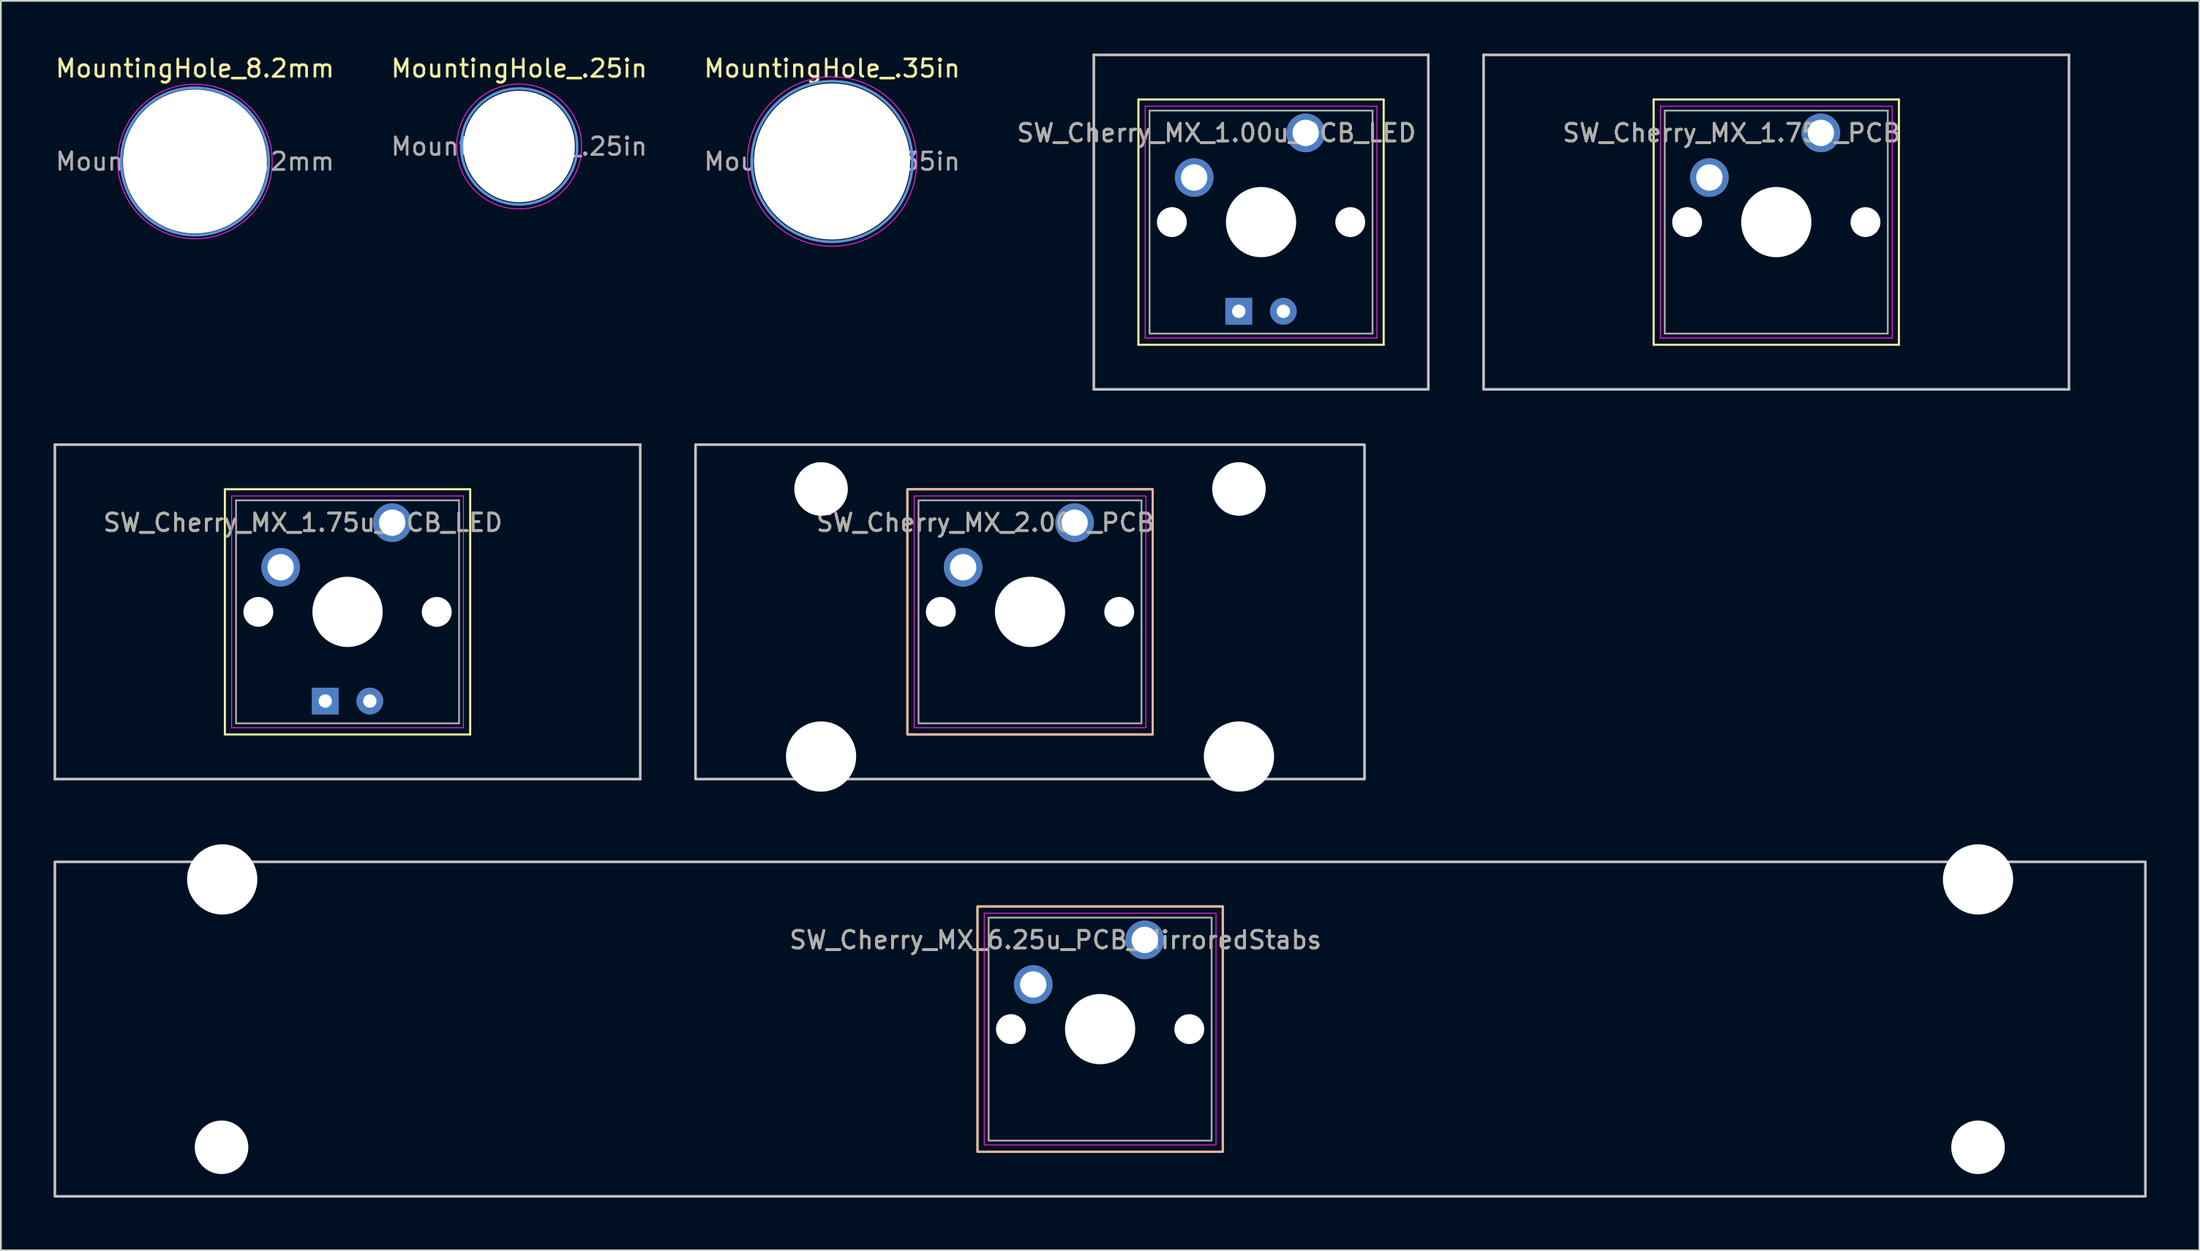
<source format=kicad_pcb>
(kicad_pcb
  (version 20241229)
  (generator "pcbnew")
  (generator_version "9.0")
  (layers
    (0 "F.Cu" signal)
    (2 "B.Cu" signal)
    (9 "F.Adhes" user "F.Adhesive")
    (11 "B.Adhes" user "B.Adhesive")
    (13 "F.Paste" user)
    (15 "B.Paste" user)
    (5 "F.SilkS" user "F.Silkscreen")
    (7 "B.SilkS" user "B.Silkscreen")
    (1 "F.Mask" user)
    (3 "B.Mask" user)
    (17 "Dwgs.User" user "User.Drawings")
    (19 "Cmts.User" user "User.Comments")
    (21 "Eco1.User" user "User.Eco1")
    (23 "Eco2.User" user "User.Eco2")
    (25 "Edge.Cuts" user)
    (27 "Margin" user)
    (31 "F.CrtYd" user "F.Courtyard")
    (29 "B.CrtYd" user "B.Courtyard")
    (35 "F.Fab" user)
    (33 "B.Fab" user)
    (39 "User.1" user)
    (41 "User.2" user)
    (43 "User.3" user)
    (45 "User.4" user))
  (footprint "MountingHole_.25in"
    (layer "F.Cu")
    (at 26.518 5.293)
    (property "Reference" "MountingHole_.25in" (at 0 -4.445 0) (layer "F.SilkS") (effects (font (size 1 1) (thickness 0.15))))
    (attr exclude_from_pos_files exclude_from_bom)
    (fp_circle (center 0 0) (end 3.302 0) (stroke (width 0.15) (type solid)) (fill no) (layer "Cmts.User"))
    (fp_circle (center 0 0) (end 3.556 0) (stroke (width 0.05) (type solid)) (fill no) (layer "F.CrtYd"))
    (fp_text user "${REFERENCE}" (at 0 0 0) (layer "F.Fab") (effects (font (size 1 1) (thickness 0.15))))
    (pad "" np_thru_hole circle (at 0 0) (size 6.35 6.35) (drill 6.35) (layers "*.Cu" "*.Mask")))
  (footprint "MountingHole_8.2mm"
    (layer "F.Cu")
    (at 8.054 6.148)
    (property "Reference" "MountingHole_8.2mm" (at 0 -5.3 0) (layer "F.SilkS") (effects (font (size 1 1) (thickness 0.15))))
    (attr exclude_from_pos_files exclude_from_bom)
    (fp_circle (center 0 0) (end 4.2 0) (stroke (width 0.15) (type solid)) (fill no) (layer "Cmts.User"))
    (fp_circle (center 0 0) (end 4.4 0) (stroke (width 0.05) (type solid)) (fill no) (layer "F.CrtYd"))
    (fp_text user "${REFERENCE}" (at 0 0 0) (layer "F.Fab") (effects (font (size 1 1) (thickness 0.15))))
    (pad "" np_thru_hole circle (at 0 0) (size 8.2 8.2) (drill 8.2) (layers "*.Cu" "*.Mask")))
  (footprint "MountingHole_.35in"
    (layer "F.Cu")
    (at 44.339 6.148)
    (property "Reference" "MountingHole_.35in" (at 0 -5.3 0) (layer "F.SilkS") (effects (font (size 1 1) (thickness 0.15))))
    (attr exclude_from_pos_files exclude_from_bom)
    (fp_circle (center 0 0) (end 4.572 0) (stroke (width 0.15) (type solid)) (fill no) (layer "Cmts.User"))
    (fp_circle (center 0 0) (end 4.826 0) (stroke (width 0.05) (type solid)) (fill no) (layer "F.CrtYd"))
    (fp_text user "${REFERENCE}" (at 0 0 0) (layer "F.Fab") (effects (font (size 1 1) (thickness 0.15))))
    (pad "" np_thru_hole circle (at 0 0) (size 8.89 8.89) (drill 8.89) (layers "*.Cu" "*.Mask")))
  (footprint "SW_Cherry_MX_1.75u_PCB"
    (layer "F.Cu")
    (at 100.656 4.52)
    (property "Reference" "SW_Cherry_MX_1.75u_PCB" (at -5.08 0 0) (layer "F.SilkS") (effects (font (size 1 1) (thickness 0.15))))
    (attr through_hole)
    (fp_line (start -9.525 -1.905) (end 4.445 -1.905) (stroke (width 0.12) (type solid)) (layer "F.SilkS"))
    (fp_line (start -9.525 12.065) (end -9.525 -1.905) (stroke (width 0.12) (type solid)) (layer "F.SilkS"))
    (fp_line (start 4.445 -1.905) (end 4.445 12.065) (stroke (width 0.12) (type solid)) (layer "F.SilkS"))
    (fp_line (start 4.445 12.065) (end -9.525 12.065) (stroke (width 0.12) (type solid)) (layer "F.SilkS"))
    (fp_line (start -19.209 -4.445) (end 14.129 -4.445) (stroke (width 0.15) (type solid)) (layer "Dwgs.User"))
    (fp_line (start -19.209 14.605) (end -19.209 -4.445) (stroke (width 0.15) (type solid)) (layer "Dwgs.User"))
    (fp_line (start 14.129 -4.445) (end 14.129 14.605) (stroke (width 0.15) (type solid)) (layer "Dwgs.User"))
    (fp_line (start 14.129 14.605) (end -19.209 14.605) (stroke (width 0.15) (type solid)) (layer "Dwgs.User"))
    (fp_line (start -9.14 -1.52) (end 4.06 -1.52) (stroke (width 0.05) (type solid)) (layer "F.CrtYd"))
    (fp_line (start -9.14 11.68) (end -9.14 -1.52) (stroke (width 0.05) (type solid)) (layer "F.CrtYd"))
    (fp_line (start 4.06 -1.52) (end 4.06 11.68) (stroke (width 0.05) (type solid)) (layer "F.CrtYd"))
    (fp_line (start 4.06 11.68) (end -9.14 11.68) (stroke (width 0.05) (type solid)) (layer "F.CrtYd"))
    (fp_line (start -8.89 -1.27) (end 3.81 -1.27) (stroke (width 0.1) (type solid)) (layer "F.Fab"))
    (fp_line (start -8.89 11.43) (end -8.89 -1.27) (stroke (width 0.1) (type solid)) (layer "F.Fab"))
    (fp_line (start 3.81 -1.27) (end 3.81 11.43) (stroke (width 0.1) (type solid)) (layer "F.Fab"))
    (fp_line (start 3.81 11.43) (end -8.89 11.43) (stroke (width 0.1) (type solid)) (layer "F.Fab"))
    (fp_text user "${REFERENCE}" (at -5.08 0 0) (layer "F.Fab") (effects (font (size 1 1) (thickness 0.15))))
    (pad "" np_thru_hole circle (at -7.62 5.08) (size 1.7 1.7) (drill 1.7) (layers "*.Cu" "*.Mask"))
    (pad "" np_thru_hole circle (at -2.54 5.08) (size 4 4) (drill 4) (layers "*.Cu" "*.Mask"))
    (pad "" np_thru_hole circle (at 2.54 5.08) (size 1.7 1.7) (drill 1.7) (layers "*.Cu" "*.Mask"))
    (pad "1" thru_hole circle (at 0 0) (size 2.2 2.2) (drill 1.5) (layers "*.Cu" "*.Mask"))
    (pad "2" thru_hole circle (at -6.35 2.54) (size 2.2 2.2) (drill 1.5) (layers "*.Cu" "*.Mask")))
  (footprint "SW_Cherry_MX_1.75u_PCB_LED"
    (layer "F.Cu")
    (at 19.284 26.72)
    (property "Reference" "SW_Cherry_MX_1.75u_PCB_LED" (at -5.08 0 0) (layer "F.SilkS") (effects (font (size 1 1) (thickness 0.15))))
    (attr through_hole)
    (fp_line (start -9.525 -1.905) (end 4.445 -1.905) (stroke (width 0.12) (type solid)) (layer "F.SilkS"))
    (fp_line (start -9.525 12.065) (end -9.525 -1.905) (stroke (width 0.12) (type solid)) (layer "F.SilkS"))
    (fp_line (start 4.445 -1.905) (end 4.445 12.065) (stroke (width 0.12) (type solid)) (layer "F.SilkS"))
    (fp_line (start 4.445 12.065) (end -9.525 12.065) (stroke (width 0.12) (type solid)) (layer "F.SilkS"))
    (fp_line (start -19.209 -4.445) (end 14.129 -4.445) (stroke (width 0.15) (type solid)) (layer "Dwgs.User"))
    (fp_line (start -19.209 14.605) (end -19.209 -4.445) (stroke (width 0.15) (type solid)) (layer "Dwgs.User"))
    (fp_line (start 14.129 -4.445) (end 14.129 14.605) (stroke (width 0.15) (type solid)) (layer "Dwgs.User"))
    (fp_line (start 14.129 14.605) (end -19.209 14.605) (stroke (width 0.15) (type solid)) (layer "Dwgs.User"))
    (fp_line (start -9.14 -1.52) (end 4.06 -1.52) (stroke (width 0.05) (type solid)) (layer "F.CrtYd"))
    (fp_line (start -9.14 11.68) (end -9.14 -1.52) (stroke (width 0.05) (type solid)) (layer "F.CrtYd"))
    (fp_line (start 4.06 -1.52) (end 4.06 11.68) (stroke (width 0.05) (type solid)) (layer "F.CrtYd"))
    (fp_line (start 4.06 11.68) (end -9.14 11.68) (stroke (width 0.05) (type solid)) (layer "F.CrtYd"))
    (fp_line (start -8.89 -1.27) (end 3.81 -1.27) (stroke (width 0.1) (type solid)) (layer "F.Fab"))
    (fp_line (start -8.89 11.43) (end -8.89 -1.27) (stroke (width 0.1) (type solid)) (layer "F.Fab"))
    (fp_line (start 3.81 -1.27) (end 3.81 11.43) (stroke (width 0.1) (type solid)) (layer "F.Fab"))
    (fp_line (start 3.81 11.43) (end -8.89 11.43) (stroke (width 0.1) (type solid)) (layer "F.Fab"))
    (fp_text user "${REFERENCE}" (at -5.08 0 0) (layer "F.Fab") (effects (font (size 1 1) (thickness 0.15))))
    (pad "" np_thru_hole circle (at -7.62 5.08) (size 1.7 1.7) (drill 1.7) (layers "*.Cu" "*.Mask"))
    (pad "" np_thru_hole circle (at -2.54 5.08) (size 4 4) (drill 4) (layers "*.Cu" "*.Mask"))
    (pad "" np_thru_hole circle (at 2.54 5.08) (size 1.7 1.7) (drill 1.7) (layers "*.Cu" "*.Mask"))
    (pad "1" thru_hole circle (at 0 0) (size 2.2 2.2) (drill 1.5) (layers "*.Cu" "*.Mask"))
    (pad "2" thru_hole circle (at -6.35 2.54) (size 2.2 2.2) (drill 1.5) (layers "*.Cu" "*.Mask"))
    (pad "3" thru_hole rect (at -3.81 10.16) (size 1.524 1.524) (drill 0.762) (layers "*.Cu" "*.Mask"))
    (pad "4" thru_hole circle (at -1.27 10.16) (size 1.524 1.524) (drill 0.762) (layers "*.Cu" "*.Mask")))
  (footprint "SW_Cherry_MX_1.00u_PCB_LED"
    (layer "F.Cu")
    (at 71.312 4.52)
    (property "Reference" "SW_Cherry_MX_1.00u_PCB_LED" (at -5.08 0 0) (layer "F.SilkS") (effects (font (size 1 1) (thickness 0.15))))
    (attr through_hole)
    (fp_line (start -9.525 -1.905) (end 4.445 -1.905) (stroke (width 0.12) (type solid)) (layer "F.SilkS"))
    (fp_line (start -9.525 12.065) (end -9.525 -1.905) (stroke (width 0.12) (type solid)) (layer "F.SilkS"))
    (fp_line (start 4.445 -1.905) (end 4.445 12.065) (stroke (width 0.12) (type solid)) (layer "F.SilkS"))
    (fp_line (start 4.445 12.065) (end -9.525 12.065) (stroke (width 0.12) (type solid)) (layer "F.SilkS"))
    (fp_line (start -12.065 -4.445) (end 6.985 -4.445) (stroke (width 0.15) (type solid)) (layer "Dwgs.User"))
    (fp_line (start -12.065 14.605) (end -12.065 -4.445) (stroke (width 0.15) (type solid)) (layer "Dwgs.User"))
    (fp_line (start 6.985 -4.445) (end 6.985 14.605) (stroke (width 0.15) (type solid)) (layer "Dwgs.User"))
    (fp_line (start 6.985 14.605) (end -12.065 14.605) (stroke (width 0.15) (type solid)) (layer "Dwgs.User"))
    (fp_line (start -9.14 -1.52) (end 4.06 -1.52) (stroke (width 0.05) (type solid)) (layer "F.CrtYd"))
    (fp_line (start -9.14 11.68) (end -9.14 -1.52) (stroke (width 0.05) (type solid)) (layer "F.CrtYd"))
    (fp_line (start 4.06 -1.52) (end 4.06 11.68) (stroke (width 0.05) (type solid)) (layer "F.CrtYd"))
    (fp_line (start 4.06 11.68) (end -9.14 11.68) (stroke (width 0.05) (type solid)) (layer "F.CrtYd"))
    (fp_line (start -8.89 -1.27) (end 3.81 -1.27) (stroke (width 0.1) (type solid)) (layer "F.Fab"))
    (fp_line (start -8.89 11.43) (end -8.89 -1.27) (stroke (width 0.1) (type solid)) (layer "F.Fab"))
    (fp_line (start 3.81 -1.27) (end 3.81 11.43) (stroke (width 0.1) (type solid)) (layer "F.Fab"))
    (fp_line (start 3.81 11.43) (end -8.89 11.43) (stroke (width 0.1) (type solid)) (layer "F.Fab"))
    (fp_text user "${REFERENCE}" (at -5.08 0 0) (layer "F.Fab") (effects (font (size 1 1) (thickness 0.15))))
    (pad "" np_thru_hole circle (at -7.62 5.08) (size 1.7 1.7) (drill 1.7) (layers "*.Cu" "*.Mask"))
    (pad "" np_thru_hole circle (at -2.54 5.08) (size 4 4) (drill 4) (layers "*.Cu" "*.Mask"))
    (pad "" np_thru_hole circle (at 2.54 5.08) (size 1.7 1.7) (drill 1.7) (layers "*.Cu" "*.Mask"))
    (pad "1" thru_hole circle (at 0 0) (size 2.2 2.2) (drill 1.5) (layers "*.Cu" "*.Mask"))
    (pad "2" thru_hole circle (at -6.35 2.54) (size 2.2 2.2) (drill 1.5) (layers "*.Cu" "*.Mask"))
    (pad "3" thru_hole rect (at -3.81 10.16) (size 1.524 1.524) (drill 0.762) (layers "*.Cu" "*.Mask"))
    (pad "4" thru_hole circle (at -1.27 10.16) (size 1.524 1.524) (drill 0.762) (layers "*.Cu" "*.Mask")))
  (footprint "SW_Cherry_MX_2.00u_PCB"
    (layer "F.Cu")
    (at 58.153 26.72)
    (property "Reference" "SW_Cherry_MX_2.00u_PCB" (at -5.08 0 0) (layer "F.SilkS") (effects (font (size 1 1) (thickness 0.15))))
    (attr through_hole)
    (fp_rect (start -9.525 -1.905) (end 4.445 12.065) (stroke (width 0.12) (type solid)) (fill no) (layer "F.SilkS"))
    (fp_rect (start -9.525 -1.905) (end 4.445 12.065) (stroke (width 0.12) (type solid)) (fill no) (layer "B.SilkS"))
    (fp_rect (start -21.59 -4.445) (end 16.51 14.605) (stroke (width 0.15) (type solid)) (fill no) (layer "Dwgs.User"))
    (fp_rect (start -9.14 -1.52) (end 4.06 11.68) (stroke (width 0.05) (type solid)) (fill no) (layer "F.CrtYd"))
    (fp_rect (start -8.89 -1.27) (end 3.81 11.43) (stroke (width 0.1) (type solid)) (fill no) (layer "F.Fab"))
    (fp_text user "${REFERENCE}" (at -5.08 0 0) (layer "F.Fab") (effects (font (size 1 1) (thickness 0.15))))
    (pad "" np_thru_hole circle (at -14.44 -1.92) (size 3.05 3.05) (drill 3.05) (layers "*.Cu" "*.Mask"))
    (pad "" np_thru_hole circle (at -14.44 13.32) (size 4 4) (drill 4) (layers "*.Cu" "*.Mask"))
    (pad "" np_thru_hole circle (at -7.62 5.08) (size 1.7 1.7) (drill 1.7) (layers "*.Cu" "*.Mask"))
    (pad "" np_thru_hole circle (at -2.54 5.08) (size 4 4) (drill 4) (layers "*.Cu" "*.Mask"))
    (pad "" np_thru_hole circle (at 2.54 5.08) (size 1.7 1.7) (drill 1.7) (layers "*.Cu" "*.Mask"))
    (pad "" np_thru_hole circle (at 9.36 -1.92) (size 3.05 3.05) (drill 3.05) (layers "*.Cu" "*.Mask"))
    (pad "" np_thru_hole circle (at 9.36 13.32) (size 4 4) (drill 4) (layers "*.Cu" "*.Mask"))
    (pad "1" thru_hole circle (at 0 0) (size 2.2 2.2) (drill 1.5) (layers "*.Cu" "*.Mask"))
    (pad "2" thru_hole circle (at -6.35 2.54) (size 2.2 2.2) (drill 1.5) (layers "*.Cu" "*.Mask")))
  (footprint "SW_Cherry_MX_6.25u_PCB_MirroredStabs"
    (layer "F.Cu")
    (at 62.146 50.485)
    (property "Reference" "SW_Cherry_MX_6.25u_PCB_MirroredStabs" (at -5.08 0 0) (layer "F.SilkS") (effects (font (size 1 1) (thickness 0.15))))
    (attr through_hole)
    (fp_rect (start -9.525 -1.905) (end 4.445 12.065) (stroke (width 0.12) (type solid)) (fill no) (layer "F.SilkS"))
    (fp_rect (start -9.525 -1.905) (end 4.445 12.065) (stroke (width 0.12) (type solid)) (fill no) (layer "B.SilkS"))
    (fp_rect (start -62.071 -4.445) (end 56.991 14.605) (stroke (width 0.15) (type solid)) (fill no) (layer "Dwgs.User"))
    (fp_rect (start -9.14 -1.52) (end 4.06 11.68) (stroke (width 0.05) (type solid)) (fill no) (layer "F.CrtYd"))
    (fp_rect (start -8.89 -1.27) (end 3.81 11.43) (stroke (width 0.1) (type solid)) (fill no) (layer "F.Fab"))
    (fp_text user "${REFERENCE}" (at -5.08 0 0) (layer "F.Fab") (effects (font (size 1 1) (thickness 0.15))))
    (pad "" np_thru_hole circle (at -52.578 11.811) (size 3.05 3.05) (drill 3.05) (layers "*.Cu" "*.Mask"))
    (pad "" np_thru_hole circle (at -52.54 -3.445) (size 4 4) (drill 4) (layers "*.Cu" "*.Mask"))
    (pad "" np_thru_hole circle (at -7.62 5.08) (size 1.7 1.7) (drill 1.7) (layers "*.Cu" "*.Mask"))
    (pad "" np_thru_hole circle (at -2.54 5.08) (size 4 4) (drill 4) (layers "*.Cu" "*.Mask"))
    (pad "" np_thru_hole circle (at 2.54 5.08) (size 1.7 1.7) (drill 1.7) (layers "*.Cu" "*.Mask"))
    (pad "" np_thru_hole circle (at 47.46 -3.445) (size 4 4) (drill 4) (layers "*.Cu" "*.Mask"))
    (pad "" np_thru_hole circle (at 47.46 11.811) (size 3.05 3.05) (drill 3.05) (layers "*.Cu" "*.Mask"))
    (pad "1" thru_hole circle (at 0 0) (size 2.2 2.2) (drill 1.5) (layers "*.Cu" "*.Mask"))
    (pad "2" thru_hole circle (at -6.35 2.54) (size 2.2 2.2) (drill 1.5) (layers "*.Cu" "*.Mask")))
  (gr_rect
    (start -3 -3)
    (end 122.213 68.165)
    (stroke (width 0.1) (type default))
    (fill no)
    (layer "Edge.Cuts")))
</source>
